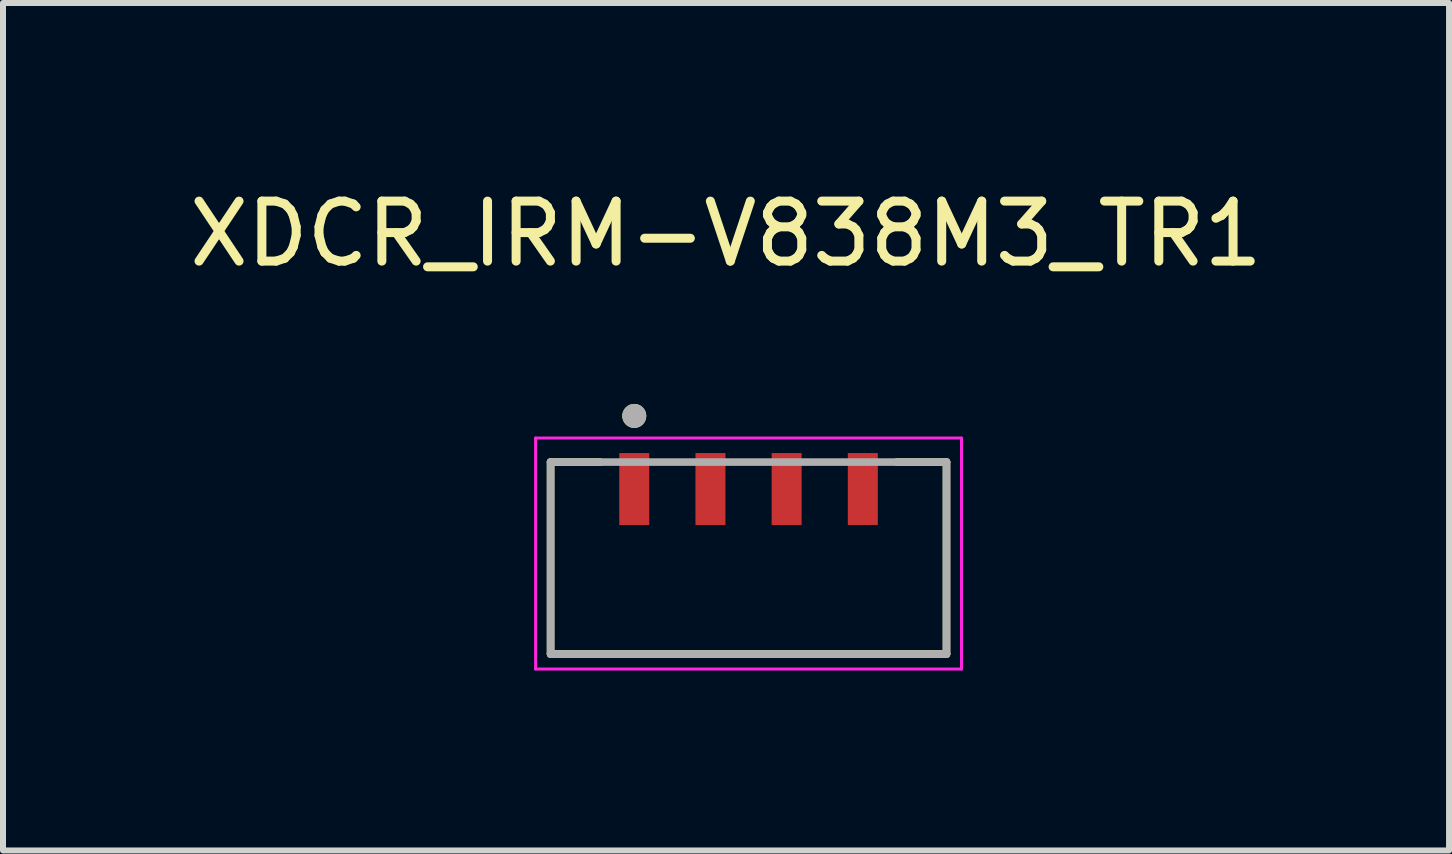
<source format=kicad_pcb>
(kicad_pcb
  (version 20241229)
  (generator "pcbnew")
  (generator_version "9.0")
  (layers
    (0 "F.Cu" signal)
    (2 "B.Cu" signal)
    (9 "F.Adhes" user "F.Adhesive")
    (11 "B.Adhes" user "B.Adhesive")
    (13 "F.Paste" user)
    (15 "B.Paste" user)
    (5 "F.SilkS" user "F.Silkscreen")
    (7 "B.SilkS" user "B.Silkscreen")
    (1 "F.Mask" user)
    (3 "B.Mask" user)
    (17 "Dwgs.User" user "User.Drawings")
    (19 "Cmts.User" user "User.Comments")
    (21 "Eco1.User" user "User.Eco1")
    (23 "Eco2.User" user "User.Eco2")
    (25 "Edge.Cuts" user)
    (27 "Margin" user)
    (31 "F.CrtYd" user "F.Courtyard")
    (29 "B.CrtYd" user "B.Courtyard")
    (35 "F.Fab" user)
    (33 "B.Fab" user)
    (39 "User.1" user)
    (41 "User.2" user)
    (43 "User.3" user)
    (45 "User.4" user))
  (footprint "XDCR_IRM-V838M3_TR1"
    (layer "F.Cu")
    (at 9.429 6.253)
    (property "Reference" "XDCR_IRM-V838M3_TR1" (at -0.375 -5.405 0) (layer "F.SilkS") (effects (font (size 1 1) (thickness 0.15))))
    (attr smd)
    (fp_line (start -3.3 -1.6) (end -3.3 1.6) (stroke (width 0.127) (type solid)) (layer "F.SilkS"))
    (fp_line (start -3.3 -1.6) (end -2.475 -1.6) (stroke (width 0.127) (type solid)) (layer "F.SilkS"))
    (fp_line (start -3.3 1.6) (end 3.3 1.6) (stroke (width 0.127) (type solid)) (layer "F.SilkS"))
    (fp_line (start 2.475 -1.6) (end 3.3 -1.6) (stroke (width 0.127) (type solid)) (layer "F.SilkS"))
    (fp_line (start 3.3 1.6) (end 3.3 -1.6) (stroke (width 0.127) (type solid)) (layer "F.SilkS"))
    (fp_circle (center -1.905 -2.369) (end -1.805 -2.369) (stroke (width 0.2) (type solid)) (fill no) (layer "F.SilkS"))
    (fp_line (start -3.55 -2) (end -3.55 1.85) (stroke (width 0.05) (type solid)) (layer "F.CrtYd"))
    (fp_line (start -3.55 1.85) (end 3.55 1.85) (stroke (width 0.05) (type solid)) (layer "F.CrtYd"))
    (fp_line (start 3.55 -2) (end -3.55 -2) (stroke (width 0.05) (type solid)) (layer "F.CrtYd"))
    (fp_line (start 3.55 1.85) (end 3.55 -2) (stroke (width 0.05) (type solid)) (layer "F.CrtYd"))
    (fp_line (start -3.3 -1.6) (end -3.3 1.6) (stroke (width 0.127) (type solid)) (layer "F.Fab"))
    (fp_line (start -3.3 -1.6) (end 3.3 -1.6) (stroke (width 0.127) (type solid)) (layer "F.Fab"))
    (fp_line (start -3.3 1.6) (end 3.3 1.6) (stroke (width 0.127) (type solid)) (layer "F.Fab"))
    (fp_line (start 3.3 1.6) (end 3.3 -1.6) (stroke (width 0.127) (type solid)) (layer "F.Fab"))
    (fp_circle (center -1.905 -2.369) (end -1.805 -2.369) (stroke (width 0.2) (type solid)) (fill no) (layer "F.Fab"))
    (pad "1" smd rect (at -1.905 -1.15) (size 0.5 1.2) (layers "F.Cu" "F.Mask" "F.Paste"))
    (pad "2" smd rect (at -0.635 -1.15) (size 0.5 1.2) (layers "F.Cu" "F.Mask" "F.Paste"))
    (pad "3" smd rect (at 0.635 -1.15) (size 0.5 1.2) (layers "F.Cu" "F.Mask" "F.Paste"))
    (pad "4" smd rect (at 1.905 -1.15) (size 0.5 1.2) (layers "F.Cu" "F.Mask" "F.Paste")))
  (gr_rect
    (start -3 -3)
    (end 21.107 11.128)
    (stroke (width 0.1) (type default))
    (fill no)
    (layer "Edge.Cuts")))
</source>
